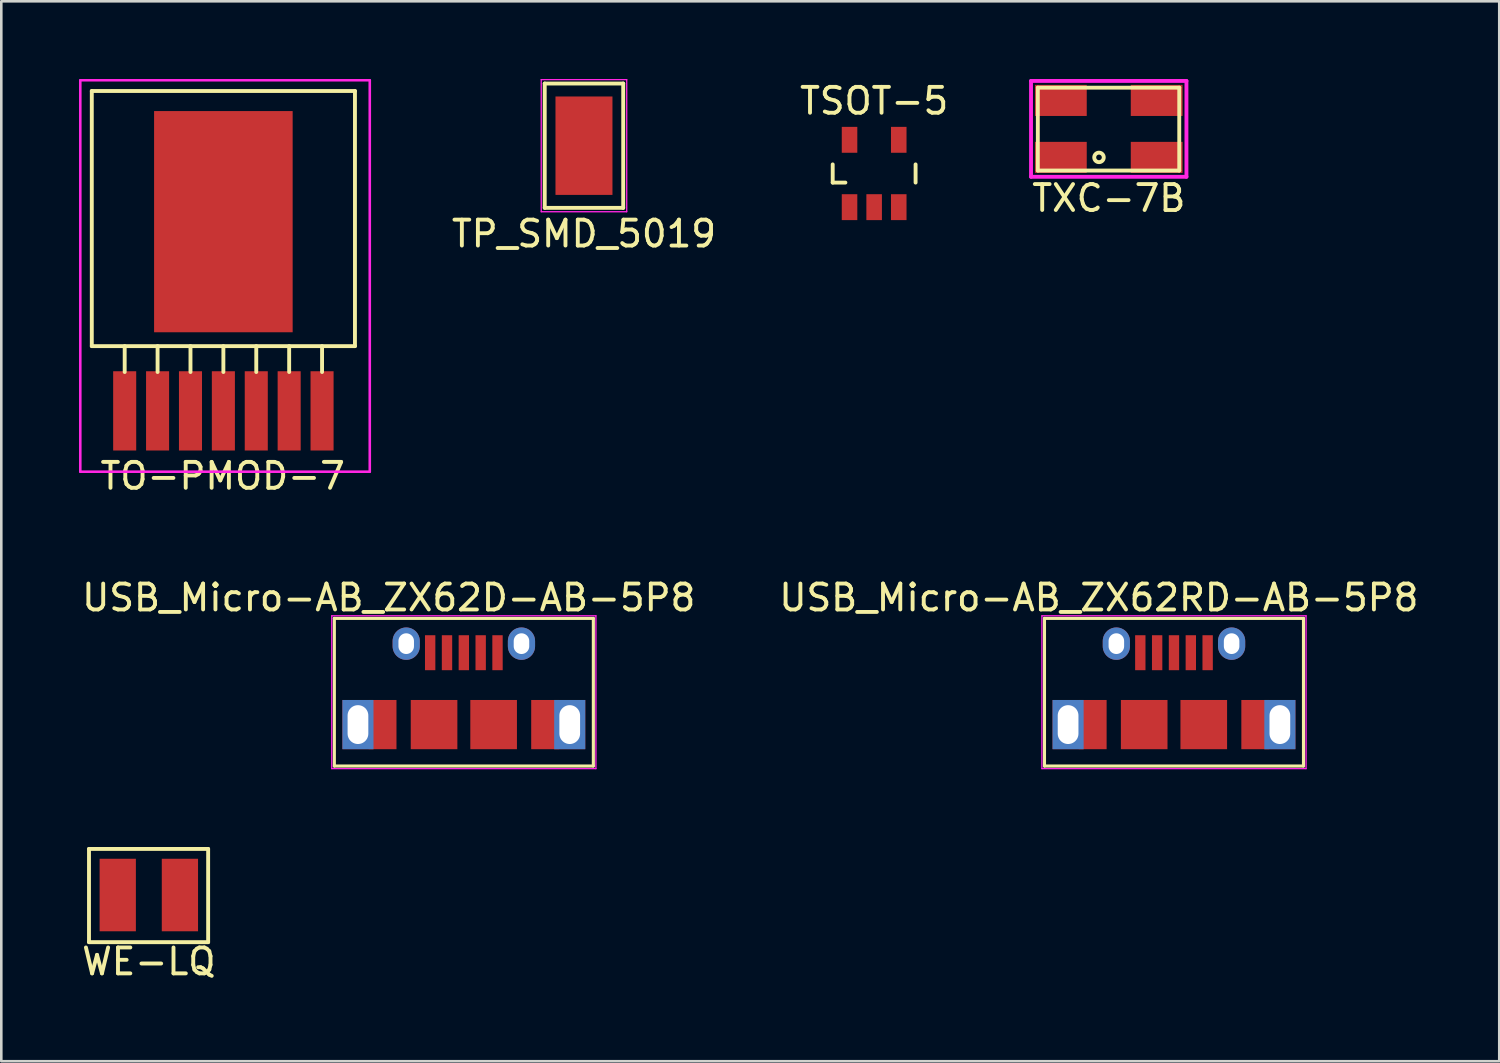
<source format=kicad_pcb>
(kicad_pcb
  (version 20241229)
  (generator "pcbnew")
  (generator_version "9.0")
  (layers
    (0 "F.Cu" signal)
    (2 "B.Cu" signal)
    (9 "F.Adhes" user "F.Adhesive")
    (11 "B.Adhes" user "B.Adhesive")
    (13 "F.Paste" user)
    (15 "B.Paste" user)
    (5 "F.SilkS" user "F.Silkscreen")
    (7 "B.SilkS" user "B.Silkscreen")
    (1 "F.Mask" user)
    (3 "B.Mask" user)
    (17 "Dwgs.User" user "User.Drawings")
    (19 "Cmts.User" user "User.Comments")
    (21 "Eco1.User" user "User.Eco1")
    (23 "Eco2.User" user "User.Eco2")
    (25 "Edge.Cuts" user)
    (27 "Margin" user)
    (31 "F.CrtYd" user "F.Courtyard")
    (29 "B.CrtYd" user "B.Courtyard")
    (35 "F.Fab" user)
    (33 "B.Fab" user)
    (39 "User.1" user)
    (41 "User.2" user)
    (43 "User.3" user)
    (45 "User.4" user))
  (footprint "USB_Micro-AB_ZX62D-AB-5P8"
    (layer "F.Cu")
    (at 14.858 24.925)
    (property "Reference" "USB_Micro-AB_ZX62D-AB-5P8" (at -2.9 -4.9 0) (layer "F.SilkS") (effects (font (size 1 1) (thickness 0.15))))
    (attr smd)
    (fp_line (start -5 -4.1) (end 5 -4.1) (stroke (width 0.12) (type solid)) (layer "F.SilkS"))
    (fp_line (start -5 1.6) (end -5 -4.1) (stroke (width 0.12) (type solid)) (layer "F.SilkS"))
    (fp_line (start 5 -4.1) (end 5 1.6) (stroke (width 0.12) (type solid)) (layer "F.SilkS"))
    (fp_line (start 5 1.6) (end -5 1.6) (stroke (width 0.12) (type solid)) (layer "F.SilkS"))
    (fp_line (start -5.1 -4.2) (end 5.1 -4.2) (stroke (width 0.05) (type solid)) (layer "F.CrtYd"))
    (fp_line (start -5.1 1.7) (end -5.1 -4.2) (stroke (width 0.05) (type solid)) (layer "F.CrtYd"))
    (fp_line (start 5.1 -4.2) (end 5.1 1.7) (stroke (width 0.05) (type solid)) (layer "F.CrtYd"))
    (fp_line (start 5.1 1.7) (end -5.1 1.7) (stroke (width 0.05) (type solid)) (layer "F.CrtYd"))
    (pad "1" smd rect (at -1.3 -2.775 90) (size 1.35 0.4) (layers "F.Cu" "F.Mask" "F.Paste"))
    (pad "2" smd rect (at -0.65 -2.775 90) (size 1.35 0.4) (layers "F.Cu" "F.Mask" "F.Paste"))
    (pad "3" smd rect (at 0 -2.775 90) (size 1.35 0.4) (layers "F.Cu" "F.Mask" "F.Paste"))
    (pad "4" smd rect (at 0.65 -2.775 90) (size 1.35 0.4) (layers "F.Cu" "F.Mask" "F.Paste"))
    (pad "5" smd rect (at 1.3 -2.775 90) (size 1.35 0.4) (layers "F.Cu" "F.Mask" "F.Paste"))
    (pad "6" thru_hole rect (at -4.088 0 90) (size 1.9 1.2) (drill oval 1.5 0.8) (layers "*.Cu" "*.Mask"))
    (pad "6" smd rect (at -3.138 0 90) (size 1.9 1.075) (layers "F.Cu" "F.Mask" "F.Paste"))
    (pad "6" thru_hole oval (at -2.225 -3.125 90) (size 1.25 1.05) (drill oval 0.8 0.6) (layers "*.Cu" "*.Mask"))
    (pad "6" smd rect (at -1.15 0 90) (size 1.9 1.8) (layers "F.Cu" "F.Mask" "F.Paste"))
    (pad "6" smd rect (at 1.15 0 90) (size 1.9 1.8) (layers "F.Cu" "F.Mask" "F.Paste"))
    (pad "6" thru_hole oval (at 2.225 -3.125 90) (size 1.25 1.05) (drill oval 0.8 0.6) (layers "*.Cu" "*.Mask"))
    (pad "6" smd rect (at 3.138 0 90) (size 1.9 1.075) (layers "F.Cu" "F.Mask" "F.Paste"))
    (pad "6" thru_hole rect (at 4.088 0 90) (size 1.9 1.2) (drill oval 1.5 0.8) (layers "*.Cu" "*.Mask")))
  (footprint "TSOT-5"
    (layer "F.Cu")
    (at 30.699 3.648)
    (property "Reference" "TSOT-5" (at 0 -2.8 0) (layer "F.SilkS") (effects (font (size 1 1) (thickness 0.15))))
    (attr smd)
    (fp_line (start -1.6 -0.351) (end -1.6 0.351) (stroke (width 0.15) (type solid)) (layer "F.SilkS"))
    (fp_line (start -1.6 0.351) (end -1.11 0.351) (stroke (width 0.15) (type solid)) (layer "F.SilkS"))
    (fp_line (start 1.6 -0.351) (end 1.6 0.351) (stroke (width 0.15) (type solid)) (layer "F.SilkS"))
    (pad "1" smd rect (at -0.95 1.3) (size 0.6 1) (layers "F.Cu" "F.Mask" "F.Paste"))
    (pad "2" smd rect (at 0 1.3) (size 0.6 1.001) (layers "F.Cu" "F.Mask" "F.Paste"))
    (pad "3" smd rect (at 0.95 1.3) (size 0.6 1) (layers "F.Cu" "F.Mask" "F.Paste"))
    (pad "4" smd rect (at 0.95 -1.3) (size 0.6 1) (layers "F.Cu" "F.Mask" "F.Paste"))
    (pad "5" smd rect (at -0.95 -1.3) (size 0.6 1) (layers "F.Cu" "F.Mask" "F.Paste")))
  (footprint "TP_SMD_5019"
    (layer "F.Cu")
    (at 19.496 2.575)
    (property "Reference" "TP_SMD_5019" (at 0 3.4 0) (layer "F.SilkS") (effects (font (size 1 1) (thickness 0.15))))
    (attr smd)
    (fp_line (start -1.515 -2.4) (end 1.515 -2.4) (stroke (width 0.15) (type solid)) (layer "F.SilkS"))
    (fp_line (start -1.515 2.4) (end -1.515 -2.4) (stroke (width 0.15) (type solid)) (layer "F.SilkS"))
    (fp_line (start 1.515 -2.4) (end 1.515 2.4) (stroke (width 0.15) (type solid)) (layer "F.SilkS"))
    (fp_line (start 1.515 2.4) (end -1.515 2.4) (stroke (width 0.15) (type solid)) (layer "F.SilkS"))
    (fp_line (start -1.65 -2.55) (end 1.65 -2.55) (stroke (width 0.05) (type solid)) (layer "F.CrtYd"))
    (fp_line (start -1.65 2.55) (end -1.65 -2.55) (stroke (width 0.05) (type solid)) (layer "F.CrtYd"))
    (fp_line (start 1.65 -2.55) (end 1.65 2.55) (stroke (width 0.05) (type solid)) (layer "F.CrtYd"))
    (fp_line (start 1.65 2.55) (end -1.65 2.55) (stroke (width 0.05) (type solid)) (layer "F.CrtYd"))
    (pad "1" smd rect (at 0 0) (size 2.2 3.8) (layers "F.Cu" "F.Mask" "F.Paste")))
  (footprint "TO-PMOD-7"
    (layer "F.Cu")
    (at 5.574 12.813)
    (property "Reference" "TO-PMOD-7" (at -0.025 2.515 0) (layer "F.SilkS") (effects (font (size 1 1) (thickness 0.15))))
    (attr smd)
    (fp_line (start -5.08 -12.35) (end 5.08 -12.35) (stroke (width 0.15) (type solid)) (layer "F.SilkS"))
    (fp_line (start -5.08 -2.5) (end -5.08 -12.35) (stroke (width 0.15) (type solid)) (layer "F.SilkS"))
    (fp_line (start -3.81 -2.5) (end -3.81 -1.5) (stroke (width 0.15) (type solid)) (layer "F.SilkS"))
    (fp_line (start -2.54 -2.5) (end -2.54 -1.5) (stroke (width 0.15) (type solid)) (layer "F.SilkS"))
    (fp_line (start -1.27 -2.5) (end -1.27 -1.5) (stroke (width 0.15) (type solid)) (layer "F.SilkS"))
    (fp_line (start 0 -2.5) (end 0 -1.5) (stroke (width 0.15) (type solid)) (layer "F.SilkS"))
    (fp_line (start 1.27 -2.5) (end 1.27 -1.5) (stroke (width 0.15) (type solid)) (layer "F.SilkS"))
    (fp_line (start 2.54 -2.5) (end 2.54 -1.5) (stroke (width 0.15) (type solid)) (layer "F.SilkS"))
    (fp_line (start 3.81 -2.5) (end 3.81 -1.5) (stroke (width 0.15) (type solid)) (layer "F.SilkS"))
    (fp_line (start 5.08 -2.5) (end -5.08 -2.5) (stroke (width 0.15) (type solid)) (layer "F.SilkS"))
    (fp_line (start 5.08 -2.5) (end 5.08 -12.35) (stroke (width 0.15) (type solid)) (layer "F.SilkS"))
    (fp_line (start -5.524 -12.764) (end 5.652 -12.764) (stroke (width 0.1) (type solid)) (layer "F.CrtYd"))
    (fp_line (start -5.524 2.349) (end -5.524 -12.764) (stroke (width 0.1) (type solid)) (layer "F.CrtYd"))
    (fp_line (start -5.524 2.349) (end 5.652 2.349) (stroke (width 0.1) (type solid)) (layer "F.CrtYd"))
    (fp_line (start 5.652 2.349) (end 5.652 -12.764) (stroke (width 0.1) (type solid)) (layer "F.CrtYd"))
    (pad "1" smd rect (at -3.81 0) (size 0.89 3.06) (layers "F.Cu" "F.Mask" "F.Paste"))
    (pad "2" smd rect (at -2.54 0) (size 0.89 3.06) (layers "F.Cu" "F.Mask" "F.Paste"))
    (pad "3" smd rect (at -1.27 0) (size 0.89 3.06) (layers "F.Cu" "F.Mask" "F.Paste"))
    (pad "4" smd rect (at 0 0) (size 0.89 3.06) (layers "F.Cu" "F.Mask" "F.Paste"))
    (pad "5" smd rect (at 1.27 0) (size 0.89 3.06) (layers "F.Cu" "F.Mask" "F.Paste"))
    (pad "6" smd rect (at 2.54 0) (size 0.89 3.06) (layers "F.Cu" "F.Mask" "F.Paste"))
    (pad "7" smd rect (at 3.81 0) (size 0.89 3.06) (layers "F.Cu" "F.Mask" "F.Paste"))
    (pad "8" smd rect (at 0 -7.305) (size 5.35 8.54) (layers "F.Cu" "F.Mask" "F.Paste")))
  (footprint "WE-LQ"
    (layer "F.Cu")
    (at 2.696 31.515)
    (property "Reference" "WE-LQ" (at 0 2.56 0) (layer "F.SilkS") (effects (font (size 1 1) (thickness 0.15))))
    (attr smd)
    (fp_line (start -2.31 -1.79) (end 2.29 -1.79) (stroke (width 0.15) (type solid)) (layer "F.SilkS"))
    (fp_line (start -2.31 1.81) (end -2.31 -1.79) (stroke (width 0.15) (type solid)) (layer "F.SilkS"))
    (fp_line (start 2.29 -1.79) (end 2.29 1.81) (stroke (width 0.15) (type solid)) (layer "F.SilkS"))
    (fp_line (start 2.29 1.81) (end -2.31 1.81) (stroke (width 0.15) (type solid)) (layer "F.SilkS"))
    (pad "1" smd rect (at -1.2 -0.01) (size 1.4 2.8) (layers "F.Cu" "F.Mask" "F.Paste"))
    (pad "2" smd rect (at 1.2 -0.01) (size 1.4 2.8) (layers "F.Cu" "F.Mask" "F.Paste")))
  (footprint "USB_Micro-AB_ZX62RD-AB-5P8"
    (layer "F.Cu")
    (at 42.275 24.925)
    (property "Reference" "USB_Micro-AB_ZX62RD-AB-5P8" (at -2.9 -4.9 0) (layer "F.SilkS") (effects (font (size 1 1) (thickness 0.15))))
    (attr smd)
    (fp_line (start -5 -4.1) (end 5 -4.1) (stroke (width 0.12) (type solid)) (layer "F.SilkS"))
    (fp_line (start -5 1.6) (end -5 -4.1) (stroke (width 0.12) (type solid)) (layer "F.SilkS"))
    (fp_line (start 5 -4.1) (end 5 1.6) (stroke (width 0.12) (type solid)) (layer "F.SilkS"))
    (fp_line (start 5 1.6) (end -5 1.6) (stroke (width 0.12) (type solid)) (layer "F.SilkS"))
    (fp_line (start -5.1 -4.2) (end 5.1 -4.2) (stroke (width 0.05) (type solid)) (layer "F.CrtYd"))
    (fp_line (start -5.1 1.7) (end -5.1 -4.2) (stroke (width 0.05) (type solid)) (layer "F.CrtYd"))
    (fp_line (start 5.1 -4.2) (end 5.1 1.7) (stroke (width 0.05) (type solid)) (layer "F.CrtYd"))
    (fp_line (start 5.1 1.7) (end -5.1 1.7) (stroke (width 0.05) (type solid)) (layer "F.CrtYd"))
    (pad "1" smd rect (at 1.3 -2.775 90) (size 1.35 0.4) (layers "F.Cu" "F.Mask" "F.Paste"))
    (pad "2" smd rect (at 0.65 -2.775 90) (size 1.35 0.4) (layers "F.Cu" "F.Mask" "F.Paste"))
    (pad "3" smd rect (at 0 -2.775 90) (size 1.35 0.4) (layers "F.Cu" "F.Mask" "F.Paste"))
    (pad "4" smd rect (at -0.65 -2.775 90) (size 1.35 0.4) (layers "F.Cu" "F.Mask" "F.Paste"))
    (pad "5" smd rect (at -1.3 -2.775 90) (size 1.35 0.4) (layers "F.Cu" "F.Mask" "F.Paste"))
    (pad "6" thru_hole rect (at -4.088 0 90) (size 1.9 1.2) (drill oval 1.5 0.8) (layers "*.Cu" "*.Mask"))
    (pad "6" smd rect (at -3.138 0 90) (size 1.9 1.075) (layers "F.Cu" "F.Mask" "F.Paste"))
    (pad "6" thru_hole oval (at -2.225 -3.125 90) (size 1.25 1.05) (drill oval 0.8 0.6) (layers "*.Cu" "*.Mask"))
    (pad "6" smd rect (at -1.15 0 90) (size 1.9 1.8) (layers "F.Cu" "F.Mask" "F.Paste"))
    (pad "6" smd rect (at 1.15 0 90) (size 1.9 1.8) (layers "F.Cu" "F.Mask" "F.Paste"))
    (pad "6" thru_hole oval (at 2.225 -3.125 90) (size 1.25 1.05) (drill oval 0.8 0.6) (layers "*.Cu" "*.Mask"))
    (pad "6" smd rect (at 3.138 0 90) (size 1.9 1.075) (layers "F.Cu" "F.Mask" "F.Paste"))
    (pad "6" thru_hole rect (at 4.088 0 90) (size 1.9 1.2) (drill oval 1.5 0.8) (layers "*.Cu" "*.Mask")))
  (footprint "TXC-7B"
    (layer "F.Cu")
    (at 39.756 1.925)
    (property "Reference" "TXC-7B" (at 0.003 2.677 0) (layer "F.SilkS") (effects (font (size 1 1) (thickness 0.15))))
    (attr smd)
    (fp_line (start -2.738 -1.59) (end 2.723 -1.59) (stroke (width 0.15) (type solid)) (layer "F.SilkS"))
    (fp_line (start -2.738 1.61) (end -2.738 -1.59) (stroke (width 0.15) (type solid)) (layer "F.SilkS"))
    (fp_line (start 2.723 -1.589) (end 2.723 1.61) (stroke (width 0.15) (type solid)) (layer "F.SilkS"))
    (fp_line (start 2.723 1.61) (end -2.738 1.61) (stroke (width 0.15) (type solid)) (layer "F.SilkS"))
    (fp_circle (center -0.376 1.102) (end -0.213 1.186) (stroke (width 0.15) (type solid)) (fill no) (layer "F.SilkS"))
    (fp_line (start -3 -1.85) (end 3 -1.85) (stroke (width 0.15) (type solid)) (layer "F.CrtYd"))
    (fp_line (start -3 1.85) (end -3 -1.85) (stroke (width 0.15) (type solid)) (layer "F.CrtYd"))
    (fp_line (start -3 1.85) (end 3 1.85) (stroke (width 0.15) (type solid)) (layer "F.CrtYd"))
    (fp_line (start 3 1.85) (end 3 -1.85) (stroke (width 0.15) (type solid)) (layer "F.CrtYd"))
    (pad "1" smd rect (at -1.849 1.102) (size 2 1.2) (layers "F.Cu" "F.Mask" "F.Paste"))
    (pad "2" smd rect (at 1.851 1.102) (size 2 1.2) (layers "F.Cu" "F.Mask" "F.Paste"))
    (pad "3" smd rect (at 1.851 -1.098) (size 2 1.2) (layers "F.Cu" "F.Mask" "F.Paste"))
    (pad "4" smd rect (at -1.849 -1.098) (size 2 1.2) (layers "F.Cu" "F.Mask" "F.Paste")))
  (gr_rect
    (start -3 -3)
    (end 54.833 37.923)
    (stroke (width 0.1) (type default))
    (fill no)
    (layer "Edge.Cuts")))
</source>
